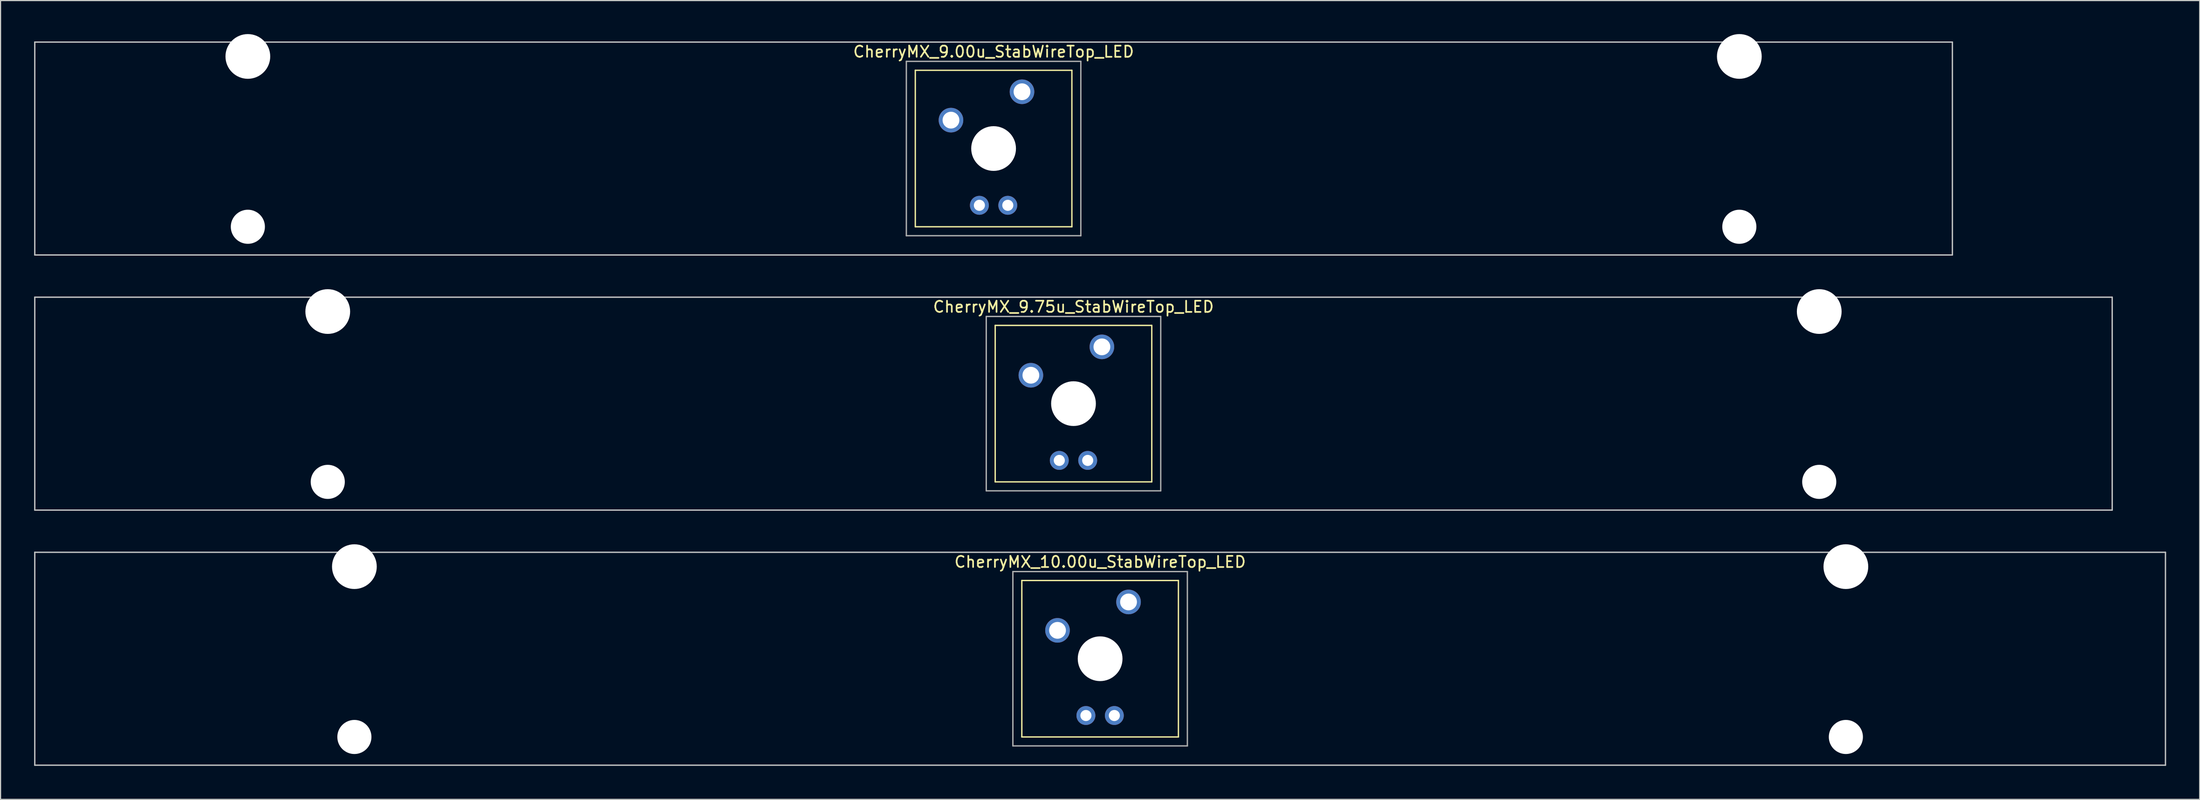
<source format=kicad_pcb>
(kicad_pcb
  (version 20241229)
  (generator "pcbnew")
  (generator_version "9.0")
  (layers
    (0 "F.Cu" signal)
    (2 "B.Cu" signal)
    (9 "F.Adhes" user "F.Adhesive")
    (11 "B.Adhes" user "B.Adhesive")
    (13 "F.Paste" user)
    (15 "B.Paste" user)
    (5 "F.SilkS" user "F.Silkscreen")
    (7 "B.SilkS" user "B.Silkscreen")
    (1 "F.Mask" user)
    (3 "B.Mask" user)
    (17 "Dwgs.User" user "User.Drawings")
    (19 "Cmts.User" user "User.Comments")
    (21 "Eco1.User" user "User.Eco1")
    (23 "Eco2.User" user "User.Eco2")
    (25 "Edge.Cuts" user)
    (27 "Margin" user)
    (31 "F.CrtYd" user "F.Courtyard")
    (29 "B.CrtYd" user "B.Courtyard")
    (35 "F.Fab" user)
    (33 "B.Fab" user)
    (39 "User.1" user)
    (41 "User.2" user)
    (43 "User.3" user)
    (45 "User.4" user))
  (footprint "CherryMX_10.00u_StabWireTop_LED"
    (layer "F.Cu")
    (at 95.31 55.89)
    (property "Reference" "CherryMX_10.00u_StabWireTop_LED" (at 0 -8.662 0) (layer "F.SilkS") (effects (font (size 1 1) (thickness 0.15))))
    (attr through_hole)
    (fp_line (start -7 -7) (end -7 7) (stroke (width 0.12) (type solid)) (layer "F.SilkS"))
    (fp_line (start -7 -7) (end 7 -7) (stroke (width 0.12) (type solid)) (layer "F.SilkS"))
    (fp_line (start 7 -7) (end 7 7) (stroke (width 0.12) (type solid)) (layer "F.SilkS"))
    (fp_line (start 7 7) (end -7 7) (stroke (width 0.12) (type solid)) (layer "F.SilkS"))
    (fp_line (start -95.25 -9.525) (end 95.25 -9.525) (stroke (width 0.12) (type solid)) (layer "Dwgs.User"))
    (fp_line (start -95.25 9.525) (end -95.25 -9.525) (stroke (width 0.12) (type solid)) (layer "Dwgs.User"))
    (fp_line (start 95.25 -9.525) (end 95.25 9.525) (stroke (width 0.12) (type solid)) (layer "Dwgs.User"))
    (fp_line (start 95.25 9.525) (end -95.25 9.525) (stroke (width 0.12) (type solid)) (layer "Dwgs.User"))
    (fp_line (start -7.8 -7.8) (end -7.8 7.8) (stroke (width 0.12) (type solid)) (layer "F.Fab"))
    (fp_line (start -7.8 -7.8) (end 7.8 -7.8) (stroke (width 0.12) (type solid)) (layer "F.Fab"))
    (fp_line (start -7.8 7.8) (end 7.8 7.8) (stroke (width 0.12) (type solid)) (layer "F.Fab"))
    (fp_line (start 7.8 -7.8) (end 7.8 7.8) (stroke (width 0.12) (type solid)) (layer "F.Fab"))
    (pad "" np_thru_hole circle (at -66.675 -8.24) (size 4 4) (drill 4) (layers "*.Cu" "*.Mask"))
    (pad "" np_thru_hole circle (at -66.675 7) (size 3.05 3.05) (drill 3.05) (layers "*.Cu" "*.Mask"))
    (pad "" np_thru_hole circle (at 0 0) (size 4 4) (drill 4) (layers "*.Cu" "*.Mask"))
    (pad "" np_thru_hole circle (at 66.675 -8.24) (size 4 4) (drill 4) (layers "*.Cu" "*.Mask"))
    (pad "" np_thru_hole circle (at 66.675 7) (size 3.05 3.05) (drill 3.05) (layers "*.Cu" "*.Mask"))
    (pad "1" thru_hole circle (at -3.81 -2.54) (size 2.2 2.2) (drill 1.5) (layers "*.Cu" "*.Mask"))
    (pad "2" thru_hole circle (at 2.54 -5.08) (size 2.2 2.2) (drill 1.5) (layers "*.Cu" "*.Mask"))
    (pad "3" thru_hole circle (at -1.27 5.08) (size 1.691 1.691) (drill 0.991) (layers "*.Cu" "*.Mask"))
    (pad "4" thru_hole circle (at 1.27 5.08) (size 1.691 1.691) (drill 0.991) (layers "*.Cu" "*.Mask")))
  (footprint "CherryMX_9.75u_StabWireTop_LED"
    (layer "F.Cu")
    (at 92.929 33.065)
    (property "Reference" "CherryMX_9.75u_StabWireTop_LED" (at 0 -8.662 0) (layer "F.SilkS") (effects (font (size 1 1) (thickness 0.15))))
    (attr through_hole)
    (fp_line (start -7 -7) (end -7 7) (stroke (width 0.12) (type solid)) (layer "F.SilkS"))
    (fp_line (start -7 -7) (end 7 -7) (stroke (width 0.12) (type solid)) (layer "F.SilkS"))
    (fp_line (start 7 -7) (end 7 7) (stroke (width 0.12) (type solid)) (layer "F.SilkS"))
    (fp_line (start 7 7) (end -7 7) (stroke (width 0.12) (type solid)) (layer "F.SilkS"))
    (fp_line (start -92.869 -9.525) (end 92.869 -9.525) (stroke (width 0.12) (type solid)) (layer "Dwgs.User"))
    (fp_line (start -92.869 9.525) (end -92.869 -9.525) (stroke (width 0.12) (type solid)) (layer "Dwgs.User"))
    (fp_line (start 92.869 -9.525) (end 92.869 9.525) (stroke (width 0.12) (type solid)) (layer "Dwgs.User"))
    (fp_line (start 92.869 9.525) (end -92.869 9.525) (stroke (width 0.12) (type solid)) (layer "Dwgs.User"))
    (fp_line (start -7.8 -7.8) (end -7.8 7.8) (stroke (width 0.12) (type solid)) (layer "F.Fab"))
    (fp_line (start -7.8 -7.8) (end 7.8 -7.8) (stroke (width 0.12) (type solid)) (layer "F.Fab"))
    (fp_line (start -7.8 7.8) (end 7.8 7.8) (stroke (width 0.12) (type solid)) (layer "F.Fab"))
    (fp_line (start 7.8 -7.8) (end 7.8 7.8) (stroke (width 0.12) (type solid)) (layer "F.Fab"))
    (pad "" np_thru_hole circle (at -66.675 -8.24) (size 4 4) (drill 4) (layers "*.Cu" "*.Mask"))
    (pad "" np_thru_hole circle (at -66.675 7) (size 3.05 3.05) (drill 3.05) (layers "*.Cu" "*.Mask"))
    (pad "" np_thru_hole circle (at 0 0) (size 4 4) (drill 4) (layers "*.Cu" "*.Mask"))
    (pad "" np_thru_hole circle (at 66.675 -8.24) (size 4 4) (drill 4) (layers "*.Cu" "*.Mask"))
    (pad "" np_thru_hole circle (at 66.675 7) (size 3.05 3.05) (drill 3.05) (layers "*.Cu" "*.Mask"))
    (pad "1" thru_hole circle (at -3.81 -2.54) (size 2.2 2.2) (drill 1.5) (layers "*.Cu" "*.Mask"))
    (pad "2" thru_hole circle (at 2.54 -5.08) (size 2.2 2.2) (drill 1.5) (layers "*.Cu" "*.Mask"))
    (pad "3" thru_hole circle (at -1.27 5.08) (size 1.691 1.691) (drill 0.991) (layers "*.Cu" "*.Mask"))
    (pad "4" thru_hole circle (at 1.27 5.08) (size 1.691 1.691) (drill 0.991) (layers "*.Cu" "*.Mask")))
  (footprint "CherryMX_9.00u_StabWireTop_LED"
    (layer "F.Cu")
    (at 85.785 10.24)
    (property "Reference" "CherryMX_9.00u_StabWireTop_LED" (at 0 -8.662 0) (layer "F.SilkS") (effects (font (size 1 1) (thickness 0.15))))
    (attr through_hole)
    (fp_line (start -7 -7) (end -7 7) (stroke (width 0.12) (type solid)) (layer "F.SilkS"))
    (fp_line (start -7 -7) (end 7 -7) (stroke (width 0.12) (type solid)) (layer "F.SilkS"))
    (fp_line (start 7 -7) (end 7 7) (stroke (width 0.12) (type solid)) (layer "F.SilkS"))
    (fp_line (start 7 7) (end -7 7) (stroke (width 0.12) (type solid)) (layer "F.SilkS"))
    (fp_line (start -85.725 -9.525) (end 85.725 -9.525) (stroke (width 0.12) (type solid)) (layer "Dwgs.User"))
    (fp_line (start -85.725 9.525) (end -85.725 -9.525) (stroke (width 0.12) (type solid)) (layer "Dwgs.User"))
    (fp_line (start 85.725 -9.525) (end 85.725 9.525) (stroke (width 0.12) (type solid)) (layer "Dwgs.User"))
    (fp_line (start 85.725 9.525) (end -85.725 9.525) (stroke (width 0.12) (type solid)) (layer "Dwgs.User"))
    (fp_line (start -7.8 -7.8) (end -7.8 7.8) (stroke (width 0.12) (type solid)) (layer "F.Fab"))
    (fp_line (start -7.8 -7.8) (end 7.8 -7.8) (stroke (width 0.12) (type solid)) (layer "F.Fab"))
    (fp_line (start -7.8 7.8) (end 7.8 7.8) (stroke (width 0.12) (type solid)) (layer "F.Fab"))
    (fp_line (start 7.8 -7.8) (end 7.8 7.8) (stroke (width 0.12) (type solid)) (layer "F.Fab"))
    (pad "" np_thru_hole circle (at -66.675 -8.24) (size 4 4) (drill 4) (layers "*.Cu" "*.Mask"))
    (pad "" np_thru_hole circle (at -66.675 7) (size 3.05 3.05) (drill 3.05) (layers "*.Cu" "*.Mask"))
    (pad "" np_thru_hole circle (at 0 0) (size 4 4) (drill 4) (layers "*.Cu" "*.Mask"))
    (pad "" np_thru_hole circle (at 66.675 -8.24) (size 4 4) (drill 4) (layers "*.Cu" "*.Mask"))
    (pad "" np_thru_hole circle (at 66.675 7) (size 3.05 3.05) (drill 3.05) (layers "*.Cu" "*.Mask"))
    (pad "1" thru_hole circle (at -3.81 -2.54) (size 2.2 2.2) (drill 1.5) (layers "*.Cu" "*.Mask"))
    (pad "2" thru_hole circle (at 2.54 -5.08) (size 2.2 2.2) (drill 1.5) (layers "*.Cu" "*.Mask"))
    (pad "3" thru_hole circle (at -1.27 5.08) (size 1.691 1.691) (drill 0.991) (layers "*.Cu" "*.Mask"))
    (pad "4" thru_hole circle (at 1.27 5.08) (size 1.691 1.691) (drill 0.991) (layers "*.Cu" "*.Mask")))
  (gr_rect
    (start -3 -3)
    (end 193.62 68.475)
    (stroke (width 0.1) (type default))
    (fill no)
    (layer "Edge.Cuts")))
</source>
